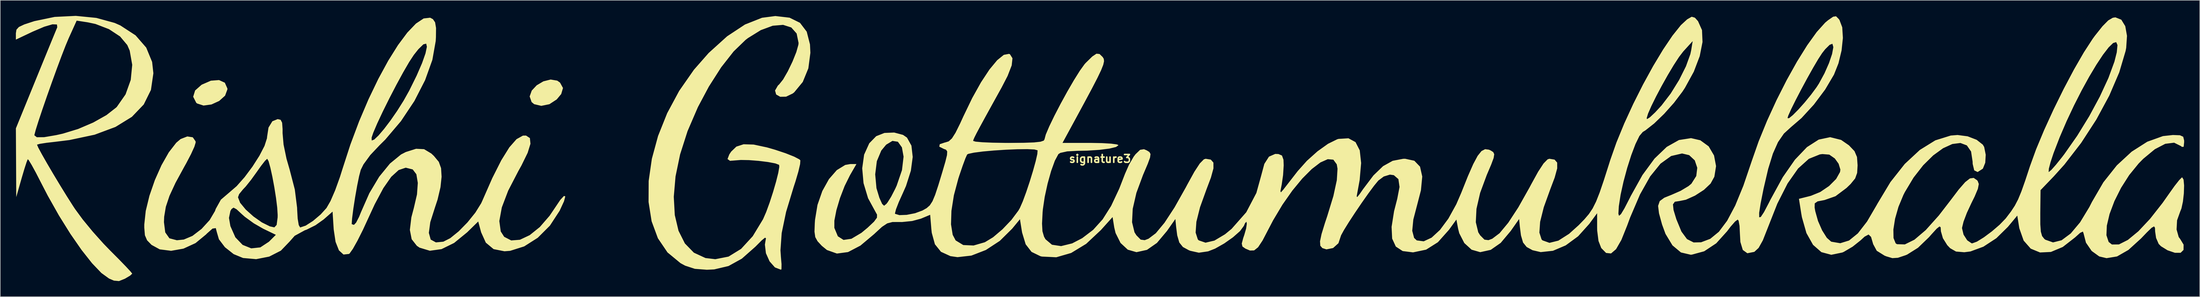
<source format=kicad_pcb>
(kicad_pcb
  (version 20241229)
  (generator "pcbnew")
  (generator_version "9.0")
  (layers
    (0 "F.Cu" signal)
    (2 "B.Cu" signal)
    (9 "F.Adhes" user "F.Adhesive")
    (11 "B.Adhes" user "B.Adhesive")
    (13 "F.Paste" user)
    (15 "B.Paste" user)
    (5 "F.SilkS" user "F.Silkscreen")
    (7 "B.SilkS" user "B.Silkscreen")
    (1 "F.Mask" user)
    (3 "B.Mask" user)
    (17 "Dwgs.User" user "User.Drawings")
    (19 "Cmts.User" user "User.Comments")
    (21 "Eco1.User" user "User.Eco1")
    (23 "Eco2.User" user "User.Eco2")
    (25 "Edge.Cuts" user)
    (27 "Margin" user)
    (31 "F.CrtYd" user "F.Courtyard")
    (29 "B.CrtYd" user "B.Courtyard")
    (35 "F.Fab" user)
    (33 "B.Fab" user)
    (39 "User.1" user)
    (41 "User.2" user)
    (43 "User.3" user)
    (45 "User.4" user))
  (footprint "signature3"
    (layer "F.Cu")
    (at 208.28 27.463)
    (property "Reference" "signature3" (at 0 0 0) (layer "F.SilkS") (effects (font (size 1.5 1.5) (thickness 0.3))))
    (attr board_only exclude_from_pos_files exclude_from_bom)
    (fp_poly (pts (xy -168.135 -14.616) (xy -167.647 -13.516) (xy -167.64 -13.337) (xy -168.088 -12.128) (xy -169.217 -11.114) (xy -170.705 -10.435) (xy -172.231 -10.227) (xy -173.473 -10.629) (xy -173.634 -10.77) (xy -174.218 -11.919) (xy -173.845 -13.125) (xy -172.593 -14.23) (xy -170.806 -15.008) (xy -169.254 -15.125)) (stroke (width 0) (type solid)) (fill yes) (layer "F.SilkS"))
    (fp_poly (pts (xy -104.276 -15.014) (xy -103.734 -14.63) (xy -103.17 -13.6) (xy -103.511 -12.439) (xy -104.371 -11.407) (xy -105.779 -10.487) (xy -107.346 -10.17) (xy -108.711 -10.492) (xy -109.2 -10.898) (xy -109.574 -11.977) (xy -109.174 -13.102) (xy -108.221 -14.12) (xy -106.939 -14.879) (xy -105.55 -15.228)) (stroke (width 0) (type solid)) (fill yes) (layer "F.SilkS"))
    (fp_poly (pts (xy -192.828 -27.072) (xy -189.312 -26.108) (xy -188.214 -25.624) (xy -185.286 -23.719) (xy -183.239 -21.366) (xy -182.103 -18.607) (xy -181.864 -16.432) (xy -182.33 -13.231) (xy -183.712 -10.435) (xy -185.99 -8.059) (xy -189.143 -6.117) (xy -193.15 -4.625) (xy -197.989 -3.597) (xy -200.642 -3.269) (xy -202.397 -3.068) (xy -203.672 -2.87) (xy -204.212 -2.715) (xy -204.216 -2.705) (xy -203.965 -2.119) (xy -203.285 -0.858) (xy -202.287 0.892) (xy -201.081 2.944) (xy -199.777 5.111) (xy -198.485 7.207) (xy -197.315 9.046) (xy -196.916 9.652) (xy -195.436 11.668) (xy -193.503 14.018) (xy -191.414 16.35) (xy -190.153 17.65) (xy -188.498 19.31) (xy -187.148 20.702) (xy -186.244 21.677) (xy -185.928 22.082) (xy -186.328 22.458) (xy -187.297 23.033) (xy -187.352 23.062) (xy -188.471 23.51) (xy -189.448 23.42) (xy -190.384 23.019) (xy -191.855 21.954) (xy -193.642 20.083) (xy -195.656 17.534) (xy -197.808 14.432) (xy -200.008 10.904) (xy -202.167 7.076) (xy -203.425 4.646) (xy -204.419 2.712) (xy -205.247 1.196) (xy -205.809 0.276) (xy -205.996 0.087) (xy -206.22 0.635) (xy -206.63 1.901) (xy -207.141 3.624) (xy -207.198 3.823) (xy -208.208 7.366) (xy -208.243 0.762) (xy -208.271 -4.504) (xy -204.724 -4.504) (xy -204.255 -4.136) (xy -202.854 -4.149) (xy -200.531 -4.544) (xy -199.258 -4.829) (xy -196.313 -5.726) (xy -193.416 -6.965) (xy -190.878 -8.391) (xy -189.007 -9.851) (xy -188.876 -9.985) (xy -187.209 -12.372) (xy -186.211 -15.157) (xy -185.928 -18.054) (xy -186.41 -20.78) (xy -186.877 -21.852) (xy -188.262 -23.504) (xy -190.39 -24.907) (xy -192.99 -25.906) (xy -194.439 -26.214) (xy -196.601 -26.547) (xy -198.132 -23.17) (xy -198.723 -21.761) (xy -199.504 -19.75) (xy -200.408 -17.327) (xy -201.369 -14.677) (xy -202.322 -11.99) (xy -203.198 -9.452) (xy -203.933 -7.252) (xy -204.46 -5.577) (xy -204.712 -4.616) (xy -204.724 -4.504) (xy -208.271 -4.504) (xy -208.279 -5.842) (xy -204.444 -15.24) (xy -203.256 -18.149) (xy -202.189 -20.757) (xy -201.306 -22.909) (xy -200.67 -24.451) (xy -200.345 -25.231) (xy -200.327 -25.273) (xy -200.395 -25.81) (xy -201.254 -25.841) (xy -202.825 -25.38) (xy -205.026 -24.442) (xy -205.105 -24.405) (xy -208.28 -22.903) (xy -208.28 -24.137) (xy -208.169 -24.812) (xy -207.7 -25.328) (xy -206.669 -25.815) (xy -204.872 -26.406) (xy -204.696 -26.459) (xy -200.832 -27.264) (xy -196.772 -27.463)) (stroke (width 0) (type solid)) (fill yes) (layer "F.SilkS"))
    (fp_poly (pts (xy -59.634 -27.112) (xy -57.636 -26.123) (xy -56.344 -24.424) (xy -55.718 -21.973) (xy -55.642 -20.359) (xy -56.034 -17.375) (xy -57.105 -14.762) (xy -58.744 -12.774) (xy -59.029 -12.548) (xy -60.31 -11.931) (xy -61.441 -11.912) (xy -62.217 -12.353) (xy -62.433 -13.118) (xy -61.883 -14.07) (xy -61.642 -14.289) (xy -60.883 -15.238) (xy -59.975 -16.816) (xy -59.076 -18.681) (xy -58.347 -20.493) (xy -57.946 -21.912) (xy -57.912 -22.258) (xy -58.283 -24.074) (xy -59.315 -25.236) (xy -60.888 -25.736) (xy -62.879 -25.568) (xy -65.167 -24.724) (xy -67.631 -23.198) (xy -68.09 -22.846) (xy -70.384 -20.629) (xy -72.774 -17.584) (xy -75.143 -13.878) (xy -77.251 -9.924) (xy -79.241 -5.308) (xy -80.67 -0.84) (xy -81.549 3.395) (xy -81.886 7.311) (xy -81.692 10.82) (xy -80.977 13.838) (xy -79.75 16.278) (xy -78.022 18.053) (xy -75.802 19.079) (xy -73.914 19.304) (xy -71.365 18.803) (xy -68.955 17.32) (xy -66.717 14.883) (xy -64.736 11.617) (xy -64.132 10.231) (xy -63.465 8.404) (xy -62.808 6.379) (xy -62.232 4.398) (xy -61.81 2.706) (xy -61.612 1.545) (xy -61.652 1.171) (xy -62.375 0.894) (xy -63.793 0.627) (xy -65.585 0.405) (xy -67.428 0.261) (xy -69.002 0.232) (xy -69.723 0.29) (xy -71.086 0.396) (xy -71.563 0.055) (xy -71.222 -0.831) (xy -70.865 -1.371) (xy -69.864 -2.334) (xy -68.475 -2.785) (xy -66.554 -2.73) (xy -63.957 -2.175) (xy -62.408 -1.727) (xy -60.387 -1.052) (xy -58.764 -0.407) (xy -57.766 0.112) (xy -57.567 0.307) (xy -57.618 1.036) (xy -57.952 2.471) (xy -58.508 4.363) (xy -58.854 5.418) (xy -60.312 10.225) (xy -61.154 14.273) (xy -61.389 17.604) (xy -61.307 18.811) (xy -61.184 20.249) (xy -61.196 21.164) (xy -61.271 21.336) (xy -62.457 20.88) (xy -63.485 19.716) (xy -64.184 18.155) (xy -64.38 16.505) (xy -64.291 15.936) (xy -64.174 15.276) (xy -64.366 15.171) (xy -64.994 15.684) (xy -66.184 16.878) (xy -66.208 16.902) (xy -68.807 19.198) (xy -71.372 20.616) (xy -74.123 21.264) (xy -75.545 21.331) (xy -77.841 21.155) (xy -79.703 20.546) (xy -80.597 20.061) (xy -83.092 18.002) (xy -84.936 15.284) (xy -86.144 12.016) (xy -86.73 8.307) (xy -86.71 4.265) (xy -86.097 0.001) (xy -84.907 -4.378) (xy -83.153 -8.762) (xy -80.851 -13.042) (xy -78.015 -17.11) (xy -75.184 -20.331) (xy -71.635 -23.539) (xy -68.207 -25.801) (xy -64.931 -27.099) (xy -62.378 -27.432)) (stroke (width 0) (type solid)) (fill yes) (layer "F.SilkS"))
    (fp_poly (pts (xy -128.154 -26.827) (xy -127.741 -26.22) (xy -127.559 -25.138) (xy -127.58 -23.354) (xy -127.623 -22.621) (xy -128.264 -19.009) (xy -129.667 -15.097) (xy -131.718 -11.098) (xy -134.3 -7.228) (xy -137.299 -3.698) (xy -138.416 -2.592) (xy -140.191 -0.713) (xy -141.5 1.081) (xy -142.023 2.137) (xy -142.337 3.33) (xy -142.717 5.195) (xy -143.105 7.394) (xy -143.447 9.592) (xy -143.685 11.451) (xy -143.764 12.56) (xy -143.379 12.699) (xy -143.325 12.7) (xy -142.913 12.266) (xy -142.342 11.156) (xy -141.99 10.287) (xy -140.378 6.626) (xy -138.481 3.452) (xy -136.412 0.918) (xy -134.285 -0.823) (xy -133.374 -1.293) (xy -131.389 -1.921) (xy -129.859 -1.841) (xy -128.473 -1.01) (xy -127.977 -0.547) (xy -127.028 0.594) (xy -126.592 1.807) (xy -126.492 3.456) (xy -126.704 5.463) (xy -127.266 7.849) (xy -127.762 9.349) (xy -128.667 12.188) (xy -128.942 14.244) (xy -128.583 15.533) (xy -127.586 16.073) (xy -126.16 15.938) (xy -124.826 15.26) (xy -123.205 13.946) (xy -121.524 12.232) (xy -120.012 10.358) (xy -118.895 8.563) (xy -118.684 8.106) (xy -116.752 3.714) (xy -115.023 0.289) (xy -113.477 -2.196) (xy -112.098 -3.766) (xy -110.869 -4.449) (xy -110.27 -4.459) (xy -109.528 -3.973) (xy -109.42 -2.883) (xy -109.958 -1.143) (xy -111.151 1.296) (xy -111.742 2.354) (xy -113.702 6.139) (xy -114.924 9.355) (xy -115.402 11.974) (xy -115.129 13.969) (xy -114.466 15.002) (xy -113.12 15.697) (xy -111.442 15.566) (xy -109.564 14.681) (xy -107.62 13.119) (xy -105.744 10.955) (xy -104.823 9.59) (xy -103.7 7.921) (xy -102.984 7.144) (xy -102.726 7.237) (xy -102.979 8.182) (xy -103.795 9.956) (xy -103.813 9.993) (xy -105.683 12.853) (xy -108.015 15.182) (xy -110.624 16.842) (xy -113.321 17.695) (xy -114.425 17.78) (xy -116.5 17.368) (xy -117.995 16.125) (xy -118.895 14.137) (xy -119.456 12.055) (xy -121.577 14.131) (xy -124.085 16.178) (xy -126.507 17.369) (xy -128.753 17.679) (xy -130.728 17.083) (xy -131.249 16.727) (xy -132.241 15.464) (xy -132.588 13.675) (xy -132.299 11.254) (xy -131.821 9.444) (xy -131.221 6.861) (xy -131.062 4.645) (xy -131.336 2.981) (xy -132.038 2.054) (xy -132.043 2.052) (xy -133.385 1.715) (xy -134.745 2.172) (xy -136.164 3.467) (xy -137.681 5.642) (xy -139.336 8.742) (xy -140.498 11.258) (xy -141.608 13.666) (xy -142.654 15.747) (xy -143.535 17.316) (xy -144.155 18.19) (xy -144.279 18.292) (xy -145.338 18.408) (xy -146.217 17.605) (xy -146.862 15.97) (xy -147.219 13.591) (xy -147.23 13.433) (xy -147.438 10.159) (xy -149.149 11.66) (xy -150.712 12.771) (xy -152.423 13.625) (xy -152.773 13.746) (xy -154.716 14.808) (xy -155.705 15.928) (xy -157.367 17.657) (xy -159.607 18.802) (xy -162.128 19.296) (xy -164.636 19.073) (xy -166.438 18.33) (xy -168.123 16.996) (xy -169.272 15.476) (xy -169.672 14.111) (xy -169.874 13.329) (xy -170.501 13.417) (xy -171.59 14.382) (xy -171.742 14.545) (xy -173.765 16.208) (xy -176.084 17.272) (xy -178.456 17.69) (xy -180.637 17.415) (xy -182.217 16.553) (xy -183.073 15.674) (xy -183.491 14.703) (xy -183.611 13.246) (xy -183.609 12.616) (xy -183.33 10.02) (xy -182.619 7.1) (xy -181.577 4.092) (xy -180.305 1.236) (xy -178.903 -1.233) (xy -177.473 -3.076) (xy -176.633 -3.789) (xy -175.346 -4.289) (xy -174.291 -4.123) (xy -173.758 -3.357) (xy -173.74 -3.121) (xy -173.983 -2.317) (xy -174.627 -0.902) (xy -175.551 0.866) (xy -175.92 1.524) (xy -177.613 4.628) (xy -178.771 7.129) (xy -179.472 9.234) (xy -179.791 11.151) (xy -179.832 12.184) (xy -179.583 14.151) (xy -178.783 15.287) (xy -177.353 15.663) (xy -176.015 15.526) (xy -174.357 14.825) (xy -172.604 13.482) (xy -171.059 11.791) (xy -170.808 11.367) (xy -167.342 11.367) (xy -167.069 12.946) (xy -166.109 15.106) (xy -164.718 16.553) (xy -163.065 17.219) (xy -161.319 17.034) (xy -159.662 15.944) (xy -158.334 14.617) (xy -160.759 13.448) (xy -162.571 12.407) (xy -164.3 11.151) (xy -164.857 10.658) (xy -165.893 9.699) (xy -166.472 9.391) (xy -166.849 9.662) (xy -167.064 10.033) (xy -167.342 11.367) (xy -170.808 11.367) (xy -170.026 10.043) (xy -169.884 9.633) (xy -168.897 7.865) (xy -168.36 7.406) (xy -165.608 7.406) (xy -165.194 8.464) (xy -164.122 9.761) (xy -162.644 11.089) (xy -161.013 12.237) (xy -159.482 12.997) (xy -158.623 13.186) (xy -158.182 12.715) (xy -157.993 11.269) (xy -157.986 10.795) (xy -158.071 9.401) (xy -158.299 7.553) (xy -158.625 5.493) (xy -159.002 3.465) (xy -159.387 1.711) (xy -159.733 0.475) (xy -159.995 0.001) (xy -159.997 0.001) (xy -160.407 0.387) (xy -161.19 1.389) (xy -161.992 2.523) (xy -163.094 4.051) (xy -164.122 5.333) (xy -164.659 5.903) (xy -165.391 6.8) (xy -165.608 7.406) (xy -168.36 7.406) (xy -167.255 6.46) (xy -165.868 5.265) (xy -164.337 3.534) (xy -162.825 1.506) (xy -161.496 -0.576) (xy -160.513 -2.472) (xy -160.04 -3.942) (xy -160.02 -4.201) (xy -159.746 -5.995) (xy -159.008 -7.204) (xy -157.989 -7.62) (xy -157.417 -7.487) (xy -157.129 -6.927) (xy -157.04 -5.699) (xy -157.043 -4.919) (xy -156.852 -2.723) (xy -156.287 -0.001) (xy -155.69 2.066) (xy -154.692 5.908) (xy -154.253 9.406) (xy -154.242 9.778) (xy -154.141 11.513) (xy -153.936 12.74) (xy -153.67 13.205) (xy -152.604 12.852) (xy -151.19 11.944) (xy -149.729 10.705) (xy -148.609 9.467) (xy -147.842 8.138) (xy -146.946 6.071) (xy -146.026 3.519) (xy -145.526 1.931) (xy -144.018 -2.719) (xy -143.514 -4.064) (xy -139.938 -4.064) (xy -139.917 -3.509) (xy -139.445 -3.684) (xy -138.621 -4.464) (xy -137.545 -5.726) (xy -136.316 -7.345) (xy -135.033 -9.198) (xy -133.797 -11.159) (xy -132.714 -13.09) (xy -131.293 -15.966) (xy -130.247 -18.376) (xy -129.586 -20.251) (xy -129.318 -21.524) (xy -129.451 -22.126) (xy -129.995 -21.991) (xy -130.959 -21.049) (xy -131.824 -19.958) (xy -132.716 -18.6) (xy -133.871 -16.612) (xy -135.176 -14.215) (xy -136.517 -11.633) (xy -137.781 -9.088) (xy -138.853 -6.802) (xy -139.622 -4.999) (xy -139.938 -4.064) (xy -143.514 -4.064) (xy -142.335 -7.207) (xy -140.528 -11.448) (xy -138.647 -15.357) (xy -136.745 -18.85) (xy -134.872 -21.842) (xy -133.079 -24.248) (xy -131.417 -25.985) (xy -129.938 -26.968) (xy -128.692 -27.112)) (stroke (width 0) (type solid)) (fill yes) (layer "F.SilkS"))
    (fp_poly (pts (xy 141.906 -26.881) (xy 142.065 -26.67) (xy 142.595 -25.266) (xy 142.72 -23.223) (xy 142.468 -20.819) (xy 141.867 -18.334) (xy 141.009 -16.173) (xy 139.313 -13.303) (xy 137.141 -10.405) (xy 134.772 -7.823) (xy 132.743 -6.079) (xy 131.39 -4.842) (xy 130.254 -3.193) (xy 129.27 -0.983) (xy 128.369 1.938) (xy 127.487 5.719) (xy 127.461 5.842) (xy 126.913 8.596) (xy 126.634 10.39) (xy 126.64 11.247) (xy 126.945 11.191) (xy 127.567 10.244) (xy 128.519 8.432) (xy 128.797 7.874) (xy 131.162 3.553) (xy 133.507 0.179) (xy 135.817 -2.237) (xy 138.075 -3.683) (xy 140.267 -4.148) (xy 142.376 -3.623) (xy 143.883 -2.582) (xy 144.951 -1.462) (xy 145.432 -0.331) (xy 145.542 1.265) (xy 145.458 2.721) (xy 145.076 3.784) (xy 144.202 4.854) (xy 143.415 5.613) (xy 141.299 7.198) (xy 139.195 7.933) (xy 139.18 7.935) (xy 137.862 8.189) (xy 137.311 8.575) (xy 137.29 9.379) (xy 137.413 10.081) (xy 137.94 11.962) (xy 138.734 13.769) (xy 139.634 15.196) (xy 140.479 15.938) (xy 140.482 15.939) (xy 142.214 16.232) (xy 143.899 15.715) (xy 145.594 14.343) (xy 147.356 12.068) (xy 149.243 8.843) (xy 149.33 8.677) (xy 151.855 4.477) (xy 154.605 0.997) (xy 157.505 -1.697) (xy 160.48 -3.54) (xy 163.452 -4.466) (xy 164.744 -4.567) (xy 166.683 -4.314) (xy 168.414 -3.644) (xy 169.603 -2.708) (xy 169.864 -2.263) (xy 170.159 -0.776) (xy 170.07 0.762) (xy 169.63 1.865) (xy 169.57 1.93) (xy 168.604 2.552) (xy 167.949 2.227) (xy 167.653 0.988) (xy 167.64 0.544) (xy 167.347 -1.39) (xy 166.535 -2.567) (xy 165.302 -3.033) (xy 163.748 -2.836) (xy 161.971 -2.025) (xy 160.071 -0.647) (xy 158.147 1.25) (xy 156.297 3.619) (xy 154.622 6.411) (xy 154.344 6.96) (xy 153.395 9.243) (xy 152.744 11.524) (xy 152.419 13.594) (xy 152.447 15.239) (xy 152.856 16.249) (xy 153.111 16.42) (xy 154.62 16.463) (xy 156.462 15.558) (xy 158.639 13.704) (xy 161.155 10.897) (xy 163.329 8.08) (xy 164.985 5.897) (xy 166.213 4.491) (xy 167.127 3.778) (xy 167.842 3.678) (xy 168.473 4.107) (xy 168.617 4.271) (xy 168.83 4.85) (xy 168.654 5.78) (xy 168.034 7.258) (xy 167.409 8.522) (xy 166.538 10.395) (xy 165.899 12.081) (xy 165.613 13.253) (xy 165.608 13.358) (xy 165.902 14.581) (xy 166.603 15.676) (xy 167.438 16.241) (xy 167.577 16.256) (xy 168.463 15.933) (xy 169.81 15.098) (xy 171.352 13.949) (xy 172.826 12.684) (xy 173.967 11.504) (xy 174.067 11.38) (xy 175.009 10.14) (xy 175.746 9.021) (xy 176.38 7.806) (xy 177.012 6.276) (xy 177.742 4.211) (xy 178.3 2.519) (xy 182.248 2.519) (xy 182.283 2.54) (xy 182.75 2.161) (xy 183.648 1.15) (xy 184.813 -0.301) (xy 185.262 -0.889) (xy 187.733 -4.416) (xy 190.04 -8.17) (xy 192.074 -11.938) (xy 193.727 -15.509) (xy 194.888 -18.672) (xy 195.336 -20.45) (xy 195.472 -21.851) (xy 195.221 -22.421) (xy 194.638 -22.244) (xy 193.774 -21.406) (xy 192.685 -19.99) (xy 191.422 -18.082) (xy 190.038 -15.767) (xy 188.588 -13.13) (xy 187.124 -10.254) (xy 185.699 -7.226) (xy 184.367 -4.129) (xy 183.193 -1.084) (xy 182.621 0.634) (xy 182.287 1.911) (xy 182.248 2.519) (xy 178.3 2.519) (xy 178.663 1.419) (xy 179.84 -1.824) (xy 181.387 -5.529) (xy 183.19 -9.47) (xy 185.136 -13.421) (xy 187.113 -17.154) (xy 189.009 -20.443) (xy 190.71 -23.061) (xy 191.12 -23.622) (xy 192.591 -25.469) (xy 193.689 -26.583) (xy 194.567 -27.099) (xy 195.072 -27.178) (xy 196.21 -26.726) (xy 196.97 -25.483) (xy 197.3 -23.623) (xy 197.147 -21.317) (xy 197.031 -20.707) (xy 195.812 -16.601) (xy 193.896 -12.136) (xy 191.413 -7.54) (xy 188.493 -3.042) (xy 185.269 1.128) (xy 183.225 3.397) (xy 180.693 6.031) (xy 180.643 10.42) (xy 180.647 12.601) (xy 180.748 14.003) (xy 180.989 14.857) (xy 181.415 15.4) (xy 181.61 15.555) (xy 183.089 16.078) (xy 184.736 15.663) (xy 186.489 14.36) (xy 188.286 12.218) (xy 190.063 9.289) (xy 190.562 8.307) (xy 192.759 4.529) (xy 195.346 1.271) (xy 198.201 -1.365) (xy 201.198 -3.275) (xy 204.213 -4.357) (xy 206.121 -4.567) (xy 207.478 -4.514) (xy 208.102 -4.229) (xy 208.274 -3.532) (xy 208.28 -3.2) (xy 208.188 -2.3) (xy 207.846 -2.281) (xy 207.67 -2.438) (xy 206.355 -3.088) (xy 204.651 -2.874) (xy 202.646 -1.829) (xy 200.422 0.01) (xy 199.541 0.907) (xy 197.728 3.13) (xy 196.158 5.596) (xy 194.883 8.144) (xy 193.954 10.617) (xy 193.426 12.855) (xy 193.35 14.699) (xy 193.779 15.989) (xy 194.406 16.477) (xy 195.753 16.466) (xy 197.469 15.6) (xy 199.483 13.941) (xy 201.728 11.551) (xy 204.132 8.492) (xy 205.351 6.761) (xy 206.435 5.237) (xy 207.325 4.108) (xy 207.855 3.582) (xy 207.899 3.568) (xy 208.168 4.005) (xy 208.271 5.131) (xy 208.225 6.639) (xy 208.049 8.218) (xy 207.76 9.559) (xy 207.518 10.16) (xy 206.921 11.828) (xy 206.826 13.592) (xy 207.233 15.04) (xy 207.518 15.421) (xy 208.176 16.502) (xy 208.163 17.521) (xy 207.606 18.071) (xy 206.504 18.072) (xy 205.092 17.591) (xy 203.823 16.809) (xy 203.385 16.363) (xy 202.888 15.217) (xy 202.708 13.994) (xy 202.675 13.265) (xy 202.499 12.999) (xy 202.032 13.267) (xy 201.128 14.143) (xy 200.001 15.318) (xy 197.577 17.521) (xy 195.386 18.775) (xy 193.371 19.105) (xy 191.97 18.774) (xy 190.515 17.722) (xy 189.418 16.128) (xy 188.976 14.427) (xy 188.976 14.404) (xy 188.83 13.996) (xy 188.296 14.242) (xy 187.325 15.115) (xy 184.965 16.952) (xy 182.682 17.91) (xy 180.592 18.011) (xy 178.808 17.276) (xy 177.446 15.727) (xy 176.621 13.385) (xy 176.571 13.099) (xy 176.223 10.922) (xy 174.424 13.087) (xy 172.203 15.269) (xy 169.716 16.896) (xy 167.224 17.817) (xy 166.036 17.966) (xy 164.456 17.834) (xy 163.328 17.191) (xy 162.764 16.601) (xy 161.933 15.27) (xy 161.547 13.929) (xy 161.544 13.823) (xy 161.501 13.16) (xy 161.276 13.01) (xy 160.726 13.451) (xy 159.709 14.563) (xy 159.254 15.081) (xy 157.149 17.105) (xy 155.058 18.418) (xy 154.76 18.541) (xy 153.286 19.032) (xy 152.221 19.099) (xy 151.055 18.752) (xy 150.718 18.615) (xy 149.223 17.683) (xy 148.538 16.416) (xy 148.13 15.021) (xy 147.657 14.56) (xy 146.896 14.965) (xy 146.12 15.678) (xy 144.596 16.891) (xy 142.9 17.89) (xy 142.621 18.015) (xy 140.487 18.456) (xy 138.589 17.948) (xy 136.981 16.54) (xy 135.715 14.284) (xy 134.844 11.228) (xy 134.718 10.503) (xy 134.278 7.699) (xy 136.559 7.125) (xy 138.364 6.392) (xy 140.069 5.236) (xy 141.421 3.882) (xy 142.168 2.552) (xy 142.24 2.083) (xy 141.894 0.954) (xy 141.167 -0.057) (xy 140.103 -0.798) (xy 138.782 -0.904) (xy 138.289 -0.838) (xy 136.177 0.014) (xy 134.112 1.875) (xy 132.094 4.747) (xy 130.122 8.632) (xy 128.247 13.384) (xy 127.339 15.686) (xy 126.53 17.132) (xy 125.738 17.866) (xy 125.662 17.903) (xy 124.363 18.159) (xy 123.489 17.527) (xy 123.025 15.989) (xy 122.936 14.416) (xy 122.865 12.905) (xy 122.683 11.913) (xy 122.514 11.684) (xy 122.007 12.064) (xy 121.152 13.042) (xy 120.479 13.931) (xy 118.39 16.247) (xy 116.072 17.783) (xy 113.693 18.43) (xy 113.459 18.441) (xy 111.607 18.007) (xy 109.975 16.645) (xy 108.638 14.437) (xy 107.976 12.629) (xy 107.389 10.478) (xy 107.217 9.056) (xy 107.531 8.136) (xy 108.405 7.49) (xy 109.796 6.932) (xy 111.538 6.168) (xy 113.052 5.26) (xy 113.606 4.804) (xy 114.55 3.319) (xy 114.742 1.733) (xy 114.261 0.308) (xy 113.188 -0.693) (xy 111.822 -1.016) (xy 109.724 -0.528) (xy 107.683 0.94) (xy 105.692 3.398) (xy 103.745 6.853) (xy 101.837 11.312) (xy 101.273 12.843) (xy 100.165 15.599) (xy 99.144 17.374) (xy 98.177 18.2) (xy 97.229 18.105) (xy 96.295 17.159) (xy 95.767 15.803) (xy 95.515 13.805) (xy 95.504 13.249) (xy 95.504 10.468) (xy 93.994 12.521) (xy 91.856 14.895) (xy 89.472 16.644) (xy 87.016 17.687) (xy 84.664 17.941) (xy 83.101 17.577) (xy 81.967 16.96) (xy 81.273 16.099) (xy 80.871 14.719) (xy 80.657 13.03) (xy 80.518 11.582) (xy 78.902 13.884) (xy 76.978 16.173) (xy 75.06 17.509) (xy 73.063 17.949) (xy 73.032 17.949) (xy 71.387 17.476) (xy 69.984 16.196) (xy 69.017 14.314) (xy 68.8 13.461) (xy 68.467 11.687) (xy 67.045 13.651) (xy 64.916 16.039) (xy 62.654 17.466) (xy 60.174 17.985) (xy 60.09 17.987) (xy 58.147 17.741) (xy 56.83 16.878) (xy 56.125 15.346) (xy 56.017 13.098) (xy 56.492 10.083) (xy 57.107 7.688) (xy 57.542 5.418) (xy 57.324 3.913) (xy 56.448 3.154) (xy 55.697 3.048) (xy 54.517 3.408) (xy 53.47 4.191) (xy 52.655 5.181) (xy 51.544 6.681) (xy 50.272 8.487) (xy 48.977 10.396) (xy 47.794 12.204) (xy 46.862 13.71) (xy 46.315 14.708) (xy 46.228 14.968) (xy 45.805 16.235) (xy 44.78 17.156) (xy 43.519 17.411) (xy 43.452 17.4) (xy 42.718 17.169) (xy 42.321 16.712) (xy 42.266 15.868) (xy 42.558 14.478) (xy 43.202 12.378) (xy 43.658 11.012) (xy 44.837 7.158) (xy 45.495 4.118) (xy 45.63 1.911) (xy 45.482 1.066) (xy 44.825 0.173) (xy 43.749 0.081) (xy 42.34 0.71) (xy 40.681 1.979) (xy 38.858 3.806) (xy 36.957 6.111) (xy 35.06 8.814) (xy 33.255 11.833) (xy 32.336 13.589) (xy 31.23 15.709) (xy 30.369 17.011) (xy 29.608 17.614) (xy 28.806 17.638) (xy 27.931 17.267) (xy 27.363 16.867) (xy 27.232 16.299) (xy 27.512 15.237) (xy 27.716 14.648) (xy 28.067 13.426) (xy 28.202 12.512) (xy 28.13 12.1) (xy 27.861 12.387) (xy 27.634 12.907) (xy 26.907 13.894) (xy 25.549 15.09) (xy 23.852 16.285) (xy 22.11 17.269) (xy 20.773 17.795) (xy 18.991 18.056) (xy 17.342 17.689) (xy 17.055 17.574) (xy 15.924 16.958) (xy 15.232 16.096) (xy 14.83 14.713) (xy 14.617 13.03) (xy 14.478 11.582) (xy 12.862 13.884) (xy 10.938 16.173) (xy 9.02 17.509) (xy 7.023 17.949) (xy 6.992 17.949) (xy 5.339 17.476) (xy 3.946 16.184) (xy 2.987 14.269) (xy 2.733 13.196) (xy 2.415 11.205) (xy 0.169 13.703) (xy -2.657 16.35) (xy -5.54 18.104) (xy -8.402 18.932) (xy -11.164 18.798) (xy -11.461 18.723) (xy -13.151 17.901) (xy -14.282 16.441) (xy -14.965 14.192) (xy -15.03 13.812) (xy -15.38 11.622) (xy -16.873 13.433) (xy -19.245 15.777) (xy -21.928 17.533) (xy -24.71 18.609) (xy -27.384 18.912) (xy -28.743 18.712) (xy -30.555 17.881) (xy -31.718 16.434) (xy -32.323 14.237) (xy -32.403 13.505) (xy -32.477 12.606) (xy -28.624 12.606) (xy -28.304 14.614) (xy -27.734 15.694) (xy -26.272 16.583) (xy -24.289 16.671) (xy -22.123 16.045) (xy -20.545 15.089) (xy -18.744 13.561) (xy -17.025 11.758) (xy -15.691 9.977) (xy -15.393 9.457) (xy -14.839 8.196) (xy -14.185 6.424) (xy -13.504 4.385) (xy -12.87 2.319) (xy -12.358 0.47) (xy -12.041 -0.922) (xy -11.994 -1.613) (xy -12.001 -1.625) (xy -12.6 -1.787) (xy -13.973 -1.85) (xy -15.886 -1.829) (xy -18.102 -1.736) (xy -20.386 -1.587) (xy -22.503 -1.396) (xy -24.217 -1.176) (xy -25.294 -0.943) (xy -25.529 -0.813) (xy -25.854 -0.094) (xy -26.382 1.328) (xy -27.015 3.186) (xy -27.218 3.81) (xy -28.073 7.017) (xy -28.545 10.011) (xy -28.624 12.606) (xy -32.477 12.606) (xy -32.629 10.769) (xy -34.414 11.515) (xy -36.084 11.964) (xy -38.035 12.161) (xy -38.547 12.155) (xy -39.872 12.158) (xy -40.874 12.416) (xy -41.885 13.086) (xy -43.233 14.326) (xy -43.371 14.459) (xy -46.019 16.683) (xy -48.404 17.934) (xy -50.546 18.218) (xy -52.462 17.538) (xy -53.445 16.737) (xy -54.266 15.852) (xy -54.706 15.055) (xy -54.854 14.012) (xy -54.795 12.391) (xy -54.75 11.733) (xy -54.276 8.862) (xy -53.347 6.196) (xy -52.073 3.91) (xy -50.567 2.182) (xy -48.941 1.187) (xy -47.967 1.016) (xy -46.795 1.016) (xy -48.039 3.175) (xy -49.063 5.241) (xy -49.961 7.578) (xy -50.647 9.892) (xy -51.035 11.892) (xy -51.038 13.281) (xy -50.367 14.899) (xy -49.271 15.599) (xy -47.759 15.379) (xy -45.84 14.24) (xy -44.653 13.257) (xy -43.418 12.09) (xy -42.854 11.325) (xy -42.838 10.732) (xy -43.064 10.327) (xy -44.559 7.585) (xy -45.432 4.685) (xy -45.582 2.998) (xy -43.19 2.998) (xy -42.948 5.651) (xy -42.385 7.509) (xy -41.854 8.68) (xy -41.481 9.029) (xy -41.045 8.68) (xy -40.81 8.382) (xy -40.126 7.29) (xy -39.336 5.756) (xy -39.064 5.162) (xy -38.044 2.182) (xy -37.738 -0.407) (xy -38.06 -2.194) (xy -38.832 -3.269) (xy -39.882 -3.433) (xy -41.087 -2.703) (xy -42.02 -1.576) (xy -42.875 0.464) (xy -43.19 2.998) (xy -45.582 2.998) (xy -45.685 1.827) (xy -45.319 -0.791) (xy -44.333 -2.97) (xy -43.001 -4.336) (xy -41.412 -4.963) (xy -39.542 -5.04) (xy -37.84 -4.585) (xy -37.084 -4.064) (xy -36.229 -2.526) (xy -35.983 -0.353) (xy -36.335 2.288) (xy -37.271 5.229) (xy -37.86 6.562) (xy -38.655 8.321) (xy -39.195 9.711) (xy -39.391 10.499) (xy -39.368 10.585) (xy -38.538 10.834) (xy -37.133 10.78) (xy -35.532 10.468) (xy -34.115 9.947) (xy -34.09 9.934) (xy -33.305 9.486) (xy -32.703 8.959) (xy -32.191 8.171) (xy -31.675 6.942) (xy -31.062 5.089) (xy -30.309 2.609) (xy -29.711 0.569) (xy -29.398 -0.701) (xy -29.357 -1.402) (xy -29.575 -1.735) (xy -30.014 -1.896) (xy -30.876 -2.327) (xy -30.789 -2.797) (xy -29.795 -3.13) (xy -29.708 -3.141) (xy -29.059 -3.351) (xy -28.449 -3.912) (xy -27.763 -4.991) (xy -26.888 -6.753) (xy -26.25 -8.148) (xy -24.551 -11.671) (xy -22.858 -14.704) (xy -21.237 -17.157) (xy -19.755 -18.944) (xy -18.479 -19.975) (xy -17.475 -20.162) (xy -17.294 -20.08) (xy -16.817 -19.313) (xy -16.965 -17.945) (xy -17.753 -15.918) (xy -18.891 -13.716) (xy -20.696 -10.457) (xy -22.063 -7.975) (xy -23.051 -6.162) (xy -23.718 -4.909) (xy -24.122 -4.107) (xy -24.321 -3.646) (xy -24.372 -3.429) (xy -23.9 -3.29) (xy -22.596 -3.173) (xy -20.645 -3.09) (xy -18.233 -3.05) (xy -17.526 -3.048) (xy -14.652 -3.069) (xy -12.661 -3.141) (xy -11.423 -3.277) (xy -10.805 -3.49) (xy -10.668 -3.727) (xy -10.419 -4.65) (xy -9.747 -6.233) (xy -8.761 -8.273) (xy -7.572 -10.564) (xy -6.289 -12.903) (xy -5.022 -15.086) (xy -3.881 -16.908) (xy -2.977 -18.165) (xy -2.755 -18.415) (xy -1.497 -19.646) (xy -0.683 -20.193) (xy -0.088 -20.135) (xy 0.514 -19.551) (xy 0.515 -19.55) (xy 0.723 -19.206) (xy 0.776 -18.748) (xy 0.624 -18.061) (xy 0.218 -17.031) (xy -0.492 -15.545) (xy -1.556 -13.488) (xy -3.023 -10.748) (xy -4.511 -8.001) (xy -7.203 -3.048) (xy -1.823 -3.048) (xy 0.376 -3.009) (xy 2.141 -2.905) (xy 3.263 -2.752) (xy 3.556 -2.609) (xy 3.081 -2.264) (xy 1.79 -1.955) (xy -0.12 -1.712) (xy -2.448 -1.561) (xy -4.327 -1.524) (xy -6.302 -1.42) (xy -7.617 -1.131) (xy -7.995 -0.889) (xy -8.675 0.375) (xy -9.392 2.358) (xy -10.067 4.769) (xy -10.623 7.318) (xy -10.978 9.715) (xy -11.028 10.267) (xy -11.139 12.461) (xy -11.058 13.935) (xy -10.755 14.972) (xy -10.474 15.474) (xy -9.23 16.524) (xy -7.478 16.786) (xy -5.348 16.265) (xy -3.422 15.264) (xy -1.317 13.663) (xy 0.5 11.65) (xy 2.135 9.065) (xy 3.696 5.745) (xy 4.806 2.884) (xy 5.568 1.152) (xy 6.457 -0.385) (xy 6.82 -0.867) (xy 7.705 -1.718) (xy 8.449 -1.835) (xy 8.998 -1.602) (xy 9.487 -1.299) (xy 9.703 -0.91) (xy 9.613 -0.23) (xy 9.185 0.945) (xy 8.388 2.823) (xy 8.266 3.105) (xy 6.99 6.556) (xy 6.283 9.629) (xy 6.157 12.197) (xy 6.628 14.134) (xy 6.994 14.714) (xy 7.818 15.546) (xy 8.591 15.645) (xy 9.319 15.368) (xy 10.718 14.311) (xy 12.39 12.297) (xy 14.32 9.347) (xy 16.497 5.478) (xy 16.774 4.953) (xy 18.13 2.492) (xy 19.17 0.904) (xy 19.944 0.118) (xy 20.291 0) (xy 21.289 0.164) (xy 21.788 0.74) (xy 21.794 1.85) (xy 21.309 3.619) (xy 20.463 5.86) (xy 19.214 9.321) (xy 18.514 12.116) (xy 18.369 14.191) (xy 18.789 15.494) (xy 18.975 15.686) (xy 20.27 16.128) (xy 21.981 15.727) (xy 24.011 14.517) (xy 25.279 13.475) (xy 28.093 10.284) (xy 30.04 6.572) (xy 30.946 3.302) (xy 31.57 0.984) (xy 32.458 -0.405) (xy 33.661 -0.931) (xy 34.286 -0.908) (xy 34.961 -0.616) (xy 35.248 0.189) (xy 35.288 1.27) (xy 35.171 3.141) (xy 34.91 4.955) (xy 34.883 5.08) (xy 34.664 6.204) (xy 34.743 6.46) (xy 35.185 5.971) (xy 35.285 5.842) (xy 36.027 4.887) (xy 37.116 3.485) (xy 37.976 2.377) (xy 39.744 0.395) (xy 41.776 -1.426) (xy 43.804 -2.875) (xy 45.563 -3.741) (xy 45.828 -3.819) (xy 47.73 -3.935) (xy 49.088 -3.198) (xy 49.901 -1.612) (xy 50.166 0.819) (xy 49.882 4.088) (xy 49.468 6.35) (xy 49.31 7.207) (xy 49.414 7.366) (xy 49.89 6.774) (xy 50.535 5.842) (xy 52.534 3.199) (xy 54.382 1.418) (xy 56.231 0.391) (xy 58.228 0.009) (xy 58.62 0) (xy 60.387 0.381) (xy 61.483 1.521) (xy 61.907 3.415) (xy 61.657 6.055) (xy 60.967 8.718) (xy 60.191 11.686) (xy 59.984 13.842) (xy 60.346 15.218) (xy 60.857 15.693) (xy 62.189 15.867) (xy 63.705 15.162) (xy 65.315 13.674) (xy 66.926 11.502) (xy 68.448 8.743) (xy 69.398 6.55) (xy 70.677 3.352) (xy 71.705 1.015) (xy 72.551 -0.562) (xy 73.288 -1.48) (xy 73.986 -1.84) (xy 74.717 -1.746) (xy 75.09 -1.574) (xy 75.551 -1.274) (xy 75.738 -0.865) (xy 75.62 -0.141) (xy 75.16 1.1) (xy 74.325 3.062) (xy 74.306 3.105) (xy 73.03 6.556) (xy 72.323 9.629) (xy 72.197 12.197) (xy 72.668 14.134) (xy 73.034 14.714) (xy 73.858 15.546) (xy 74.631 15.645) (xy 75.359 15.368) (xy 76.758 14.311) (xy 78.43 12.297) (xy 80.36 9.347) (xy 82.537 5.478) (xy 82.814 4.953) (xy 84.17 2.492) (xy 85.21 0.904) (xy 85.984 0.118) (xy 86.331 0) (xy 87.329 0.164) (xy 87.828 0.74) (xy 87.834 1.85) (xy 87.349 3.619) (xy 86.503 5.86) (xy 85.254 9.321) (xy 84.554 12.116) (xy 84.409 14.191) (xy 84.829 15.494) (xy 85.015 15.686) (xy 86.346 16.161) (xy 88.06 15.736) (xy 90.111 14.43) (xy 91.963 12.764) (xy 93.059 11.636) (xy 93.926 10.619) (xy 94.647 9.537) (xy 95.307 8.219) (xy 95.989 6.49) (xy 96.778 4.176) (xy 97.758 1.105) (xy 98.026 0.254) (xy 99.215 -3.132) (xy 100.717 -6.786) (xy 101.184 -7.802) (xy 105.022 -7.802) (xy 105.096 -7.62) (xy 105.654 -7.977) (xy 106.648 -8.912) (xy 107.863 -10.224) (xy 107.873 -10.235) (xy 109.633 -12.529) (xy 111.256 -15.147) (xy 112.572 -17.776) (xy 113.413 -20.103) (xy 113.57 -20.828) (xy 113.86 -22.606) (xy 112.048 -20.617) (xy 111.234 -19.556) (xy 110.208 -17.979) (xy 109.067 -16.067) (xy 107.908 -14.001) (xy 106.827 -11.961) (xy 105.922 -10.127) (xy 105.288 -8.681) (xy 105.022 -7.802) (xy 101.184 -7.802) (xy 102.449 -10.554) (xy 104.325 -14.28) (xy 106.262 -17.81) (xy 108.175 -20.989) (xy 109.979 -23.663) (xy 111.59 -25.678) (xy 112.796 -26.792) (xy 113.676 -27.295) (xy 114.29 -27.11) (xy 114.887 -26.444) (xy 115.653 -24.73) (xy 115.751 -22.437) (xy 115.215 -19.72) (xy 114.078 -16.734) (xy 112.377 -13.633) (xy 111.886 -12.886) (xy 110.269 -10.751) (xy 108.38 -8.633) (xy 106.465 -6.783) (xy 104.77 -5.45) (xy 104.278 -5.154) (xy 103.632 -4.385) (xy 102.874 -2.832) (xy 102.069 -0.71) (xy 101.281 1.763) (xy 100.577 4.372) (xy 100.018 6.899) (xy 99.672 9.129) (xy 99.59 10.566) (xy 99.711 10.965) (xy 100.083 10.642) (xy 100.752 9.531) (xy 101.766 7.564) (xy 101.968 7.154) (xy 104.211 3.127) (xy 106.526 -0.027) (xy 108.877 -2.28) (xy 111.229 -3.601) (xy 113.546 -3.963) (xy 115.332 -3.55) (xy 116.935 -2.384) (xy 117.965 -0.632) (xy 118.352 1.413) (xy 118.027 3.454) (xy 117.3 4.772) (xy 116.022 5.977) (xy 114.307 7.085) (xy 112.553 7.874) (xy 111.302 8.128) (xy 110.435 8.257) (xy 110.072 8.768) (xy 110.183 9.842) (xy 110.724 11.624) (xy 111.7 13.989) (xy 112.769 15.441) (xy 114.043 16.084) (xy 115.476 16.053) (xy 117.24 15.386) (xy 118.894 14.03) (xy 120.478 11.919) (xy 122.034 8.99) (xy 123.6 5.177) (xy 125.217 0.418) (xy 125.219 0.413) (xy 126.533 -3.342) (xy 128.143 -7.283) (xy 128.385 -7.812) (xy 132.08 -7.812) (xy 132.365 -7.788) (xy 133.114 -8.397) (xy 134.173 -9.467) (xy 135.386 -10.827) (xy 136.596 -12.306) (xy 137.648 -13.731) (xy 138.107 -14.439) (xy 139.177 -16.406) (xy 140.047 -18.379) (xy 140.642 -20.136) (xy 140.885 -21.453) (xy 140.705 -22.105) (xy 140.173 -21.896) (xy 139.317 -21.048) (xy 138.729 -20.301) (xy 137.983 -19.154) (xy 136.991 -17.47) (xy 135.863 -15.456) (xy 134.712 -13.322) (xy 133.648 -11.278) (xy 132.782 -9.532) (xy 132.227 -8.292) (xy 132.08 -7.812) (xy 128.385 -7.812) (xy 129.965 -11.257) (xy 131.915 -15.106) (xy 133.908 -18.677) (xy 135.861 -21.812) (xy 137.69 -24.357) (xy 139.308 -26.156) (xy 139.867 -26.623) (xy 140.849 -27.303) (xy 141.401 -27.387)) (stroke (width 0) (type solid)) (fill yes) (layer "F.SilkS")))
  (gr_rect
    (start -3 -3)
    (end 419.56 53.973)
    (stroke (width 0.1) (type default))
    (fill no)
    (layer "Edge.Cuts")))
</source>
